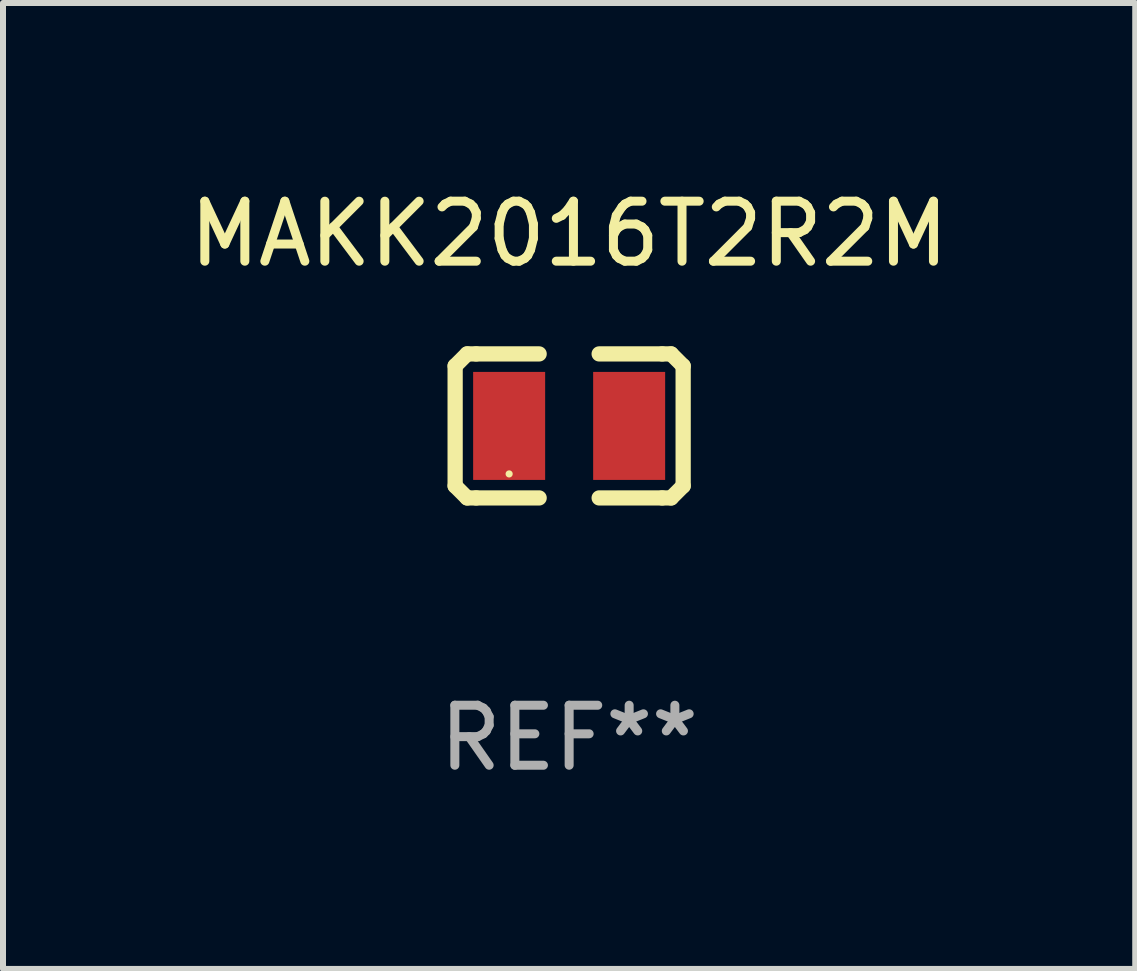
<source format=kicad_pcb>
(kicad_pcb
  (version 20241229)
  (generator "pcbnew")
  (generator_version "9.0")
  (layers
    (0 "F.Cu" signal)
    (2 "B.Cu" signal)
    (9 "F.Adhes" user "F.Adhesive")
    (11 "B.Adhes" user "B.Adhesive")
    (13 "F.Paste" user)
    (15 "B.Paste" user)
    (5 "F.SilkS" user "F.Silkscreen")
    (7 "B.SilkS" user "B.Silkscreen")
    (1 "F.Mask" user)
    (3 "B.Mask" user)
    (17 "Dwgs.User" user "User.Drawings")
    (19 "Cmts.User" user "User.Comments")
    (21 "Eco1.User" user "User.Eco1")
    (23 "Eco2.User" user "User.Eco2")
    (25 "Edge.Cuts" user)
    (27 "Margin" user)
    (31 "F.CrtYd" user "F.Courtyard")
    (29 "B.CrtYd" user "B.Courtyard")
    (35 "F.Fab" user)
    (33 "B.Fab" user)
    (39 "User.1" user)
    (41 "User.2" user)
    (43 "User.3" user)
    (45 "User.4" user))
  (footprint "MAKK2016T2R2M"
    (layer "F.Cu")
    (at 6.435 4.048)
    (property "Reference" "MAKK2016T2R2M" (at 0 -3.2 0) (layer "F.SilkS") (effects (font (size 1 1) (thickness 0.15))))
    (attr through_hole)
    (fp_line (start -1.9 -1) (end -1.9 1) (stroke (width 0.254) (type solid)) (layer "F.SilkS"))
    (fp_line (start -1.7 -1.2) (end -1.9 -1) (stroke (width 0.254) (type solid)) (layer "F.SilkS"))
    (fp_line (start -1.7 1.2) (end -1.9 1) (stroke (width 0.254) (type solid)) (layer "F.SilkS"))
    (fp_line (start -1.55 -1.2) (end -1.7 -1.2) (stroke (width 0.254) (type solid)) (layer "F.SilkS"))
    (fp_line (start -1.55 1.2) (end -1.7 1.2) (stroke (width 0.254) (type solid)) (layer "F.SilkS"))
    (fp_line (start -0.5 -1.2) (end -1.55 -1.2) (stroke (width 0.254) (type solid)) (layer "F.SilkS"))
    (fp_line (start -0.5 1.2) (end -1.55 1.2) (stroke (width 0.254) (type solid)) (layer "F.SilkS"))
    (fp_line (start 0.5 -1.2) (end 1.55 -1.2) (stroke (width 0.254) (type solid)) (layer "F.SilkS"))
    (fp_line (start 0.5 1.2) (end 1.55 1.2) (stroke (width 0.254) (type solid)) (layer "F.SilkS"))
    (fp_line (start 1.55 -1.2) (end 1.7 -1.2) (stroke (width 0.254) (type solid)) (layer "F.SilkS"))
    (fp_line (start 1.55 1.2) (end 1.7 1.2) (stroke (width 0.254) (type solid)) (layer "F.SilkS"))
    (fp_line (start 1.7 -1.2) (end 1.9 -1) (stroke (width 0.254) (type solid)) (layer "F.SilkS"))
    (fp_line (start 1.7 1.2) (end 1.9 1) (stroke (width 0.254) (type solid)) (layer "F.SilkS"))
    (fp_line (start 1.9 -1) (end 1.9 1) (stroke (width 0.254) (type solid)) (layer "F.SilkS"))
    (fp_circle (center -1 0.8) (end -0.97 0.8) (stroke (width 0.06) (type solid)) (fill no) (layer "F.SilkS"))
    (fp_text user "REF**" (at 0 5.2 0) (layer "F.Fab") (effects (font (size 1 1) (thickness 0.15))))
    (pad "1" smd rect (at -1 0) (size 1.2 1.8) (layers "F.Cu" "F.Mask" "F.Paste"))
    (pad "2" smd rect (at 1 0) (size 1.2 1.8) (layers "F.Cu" "F.Mask" "F.Paste")))
  (gr_rect
    (start -3 -3)
    (end 15.869 13.097)
    (stroke (width 0.1) (type default))
    (fill no)
    (layer "Edge.Cuts")))
</source>
